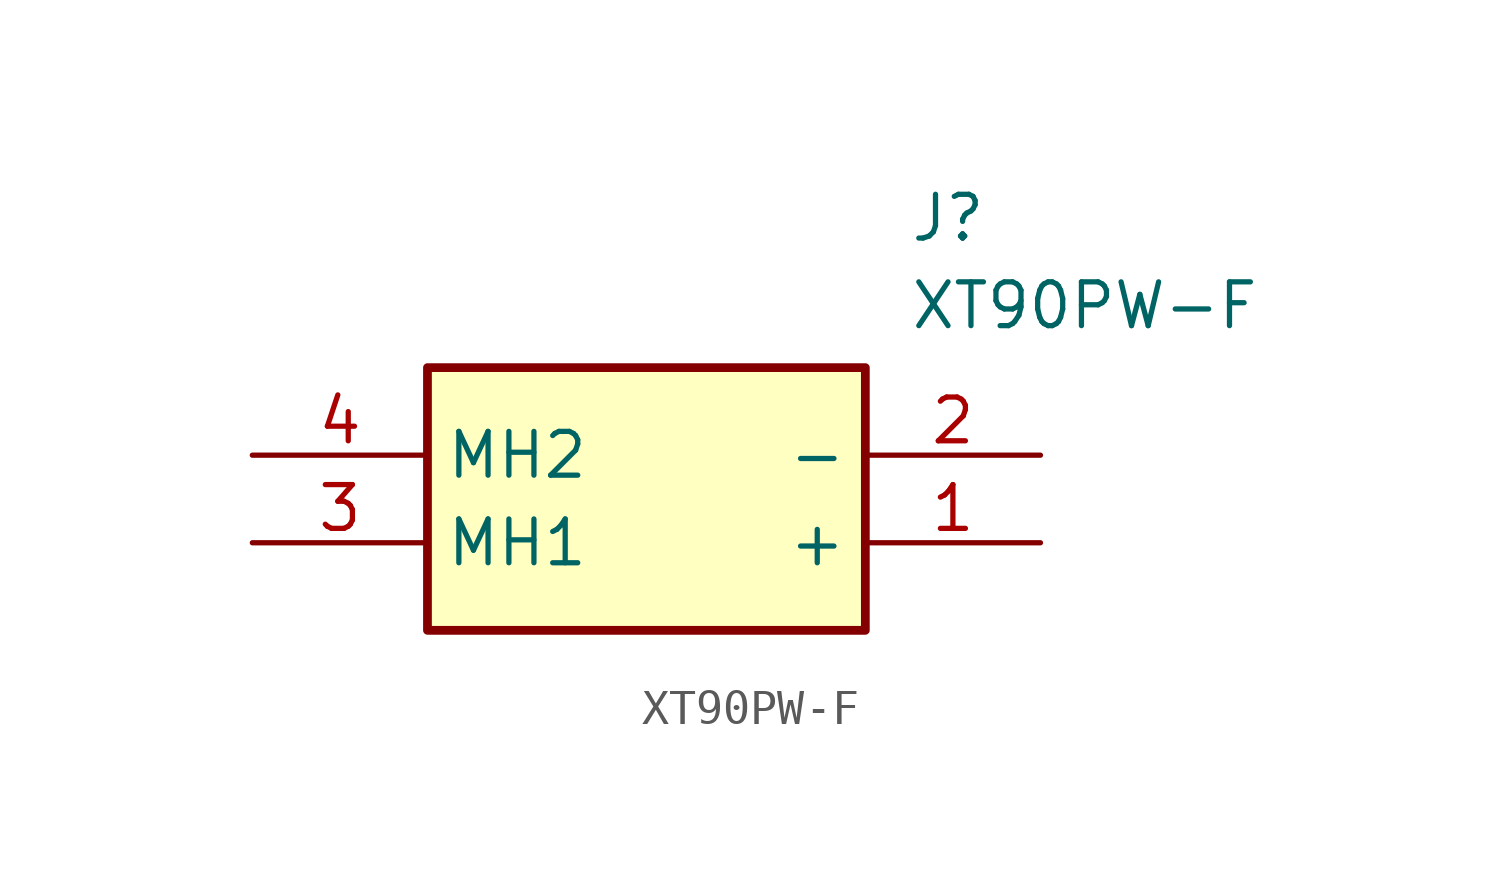
<source format=kicad_sym>
(kicad_symbol_lib
  (version 20241209)
  (generator "kicad_symbol_editor")
  (generator_version "9.0")
  (symbol "XT90PW-F"
    (property "Reference" "J"
      (at 19.05 7.62 0)
      (effects (font (size 1.27 1.27)) (justify left top)))
    (property "Value" "XT90PW-F"
      (at 19.05 5.08 0)
      (effects (font (size 1.27 1.27)) (justify left top)))
    (symbol "XT90PW-F_1_1"
      (rectangle (start 5.08 2.54) (end 17.78 -5.08) (stroke (width 0.254) (type default)) (fill (type background)))
      (pin passive line (at 0 0 0) (length 5.08) (name "MH2" (effects (font (size 1.27 1.27)))) (number "4" (effects (font (size 1.27 1.27)))))
      (pin passive line (at 0 -2.54 0) (length 5.08) (name "MH1" (effects (font (size 1.27 1.27)))) (number "3" (effects (font (size 1.27 1.27)))))
      (pin passive line (at 22.86 0 180) (length 5.08) (name "-" (effects (font (size 1.27 1.27)))) (number "2" (effects (font (size 1.27 1.27)))))
      (pin passive line (at 22.86 -2.54 180) (length 5.08) (name "+" (effects (font (size 1.27 1.27)))) (number "1" (effects (font (size 1.27 1.27))))))))
</source>
